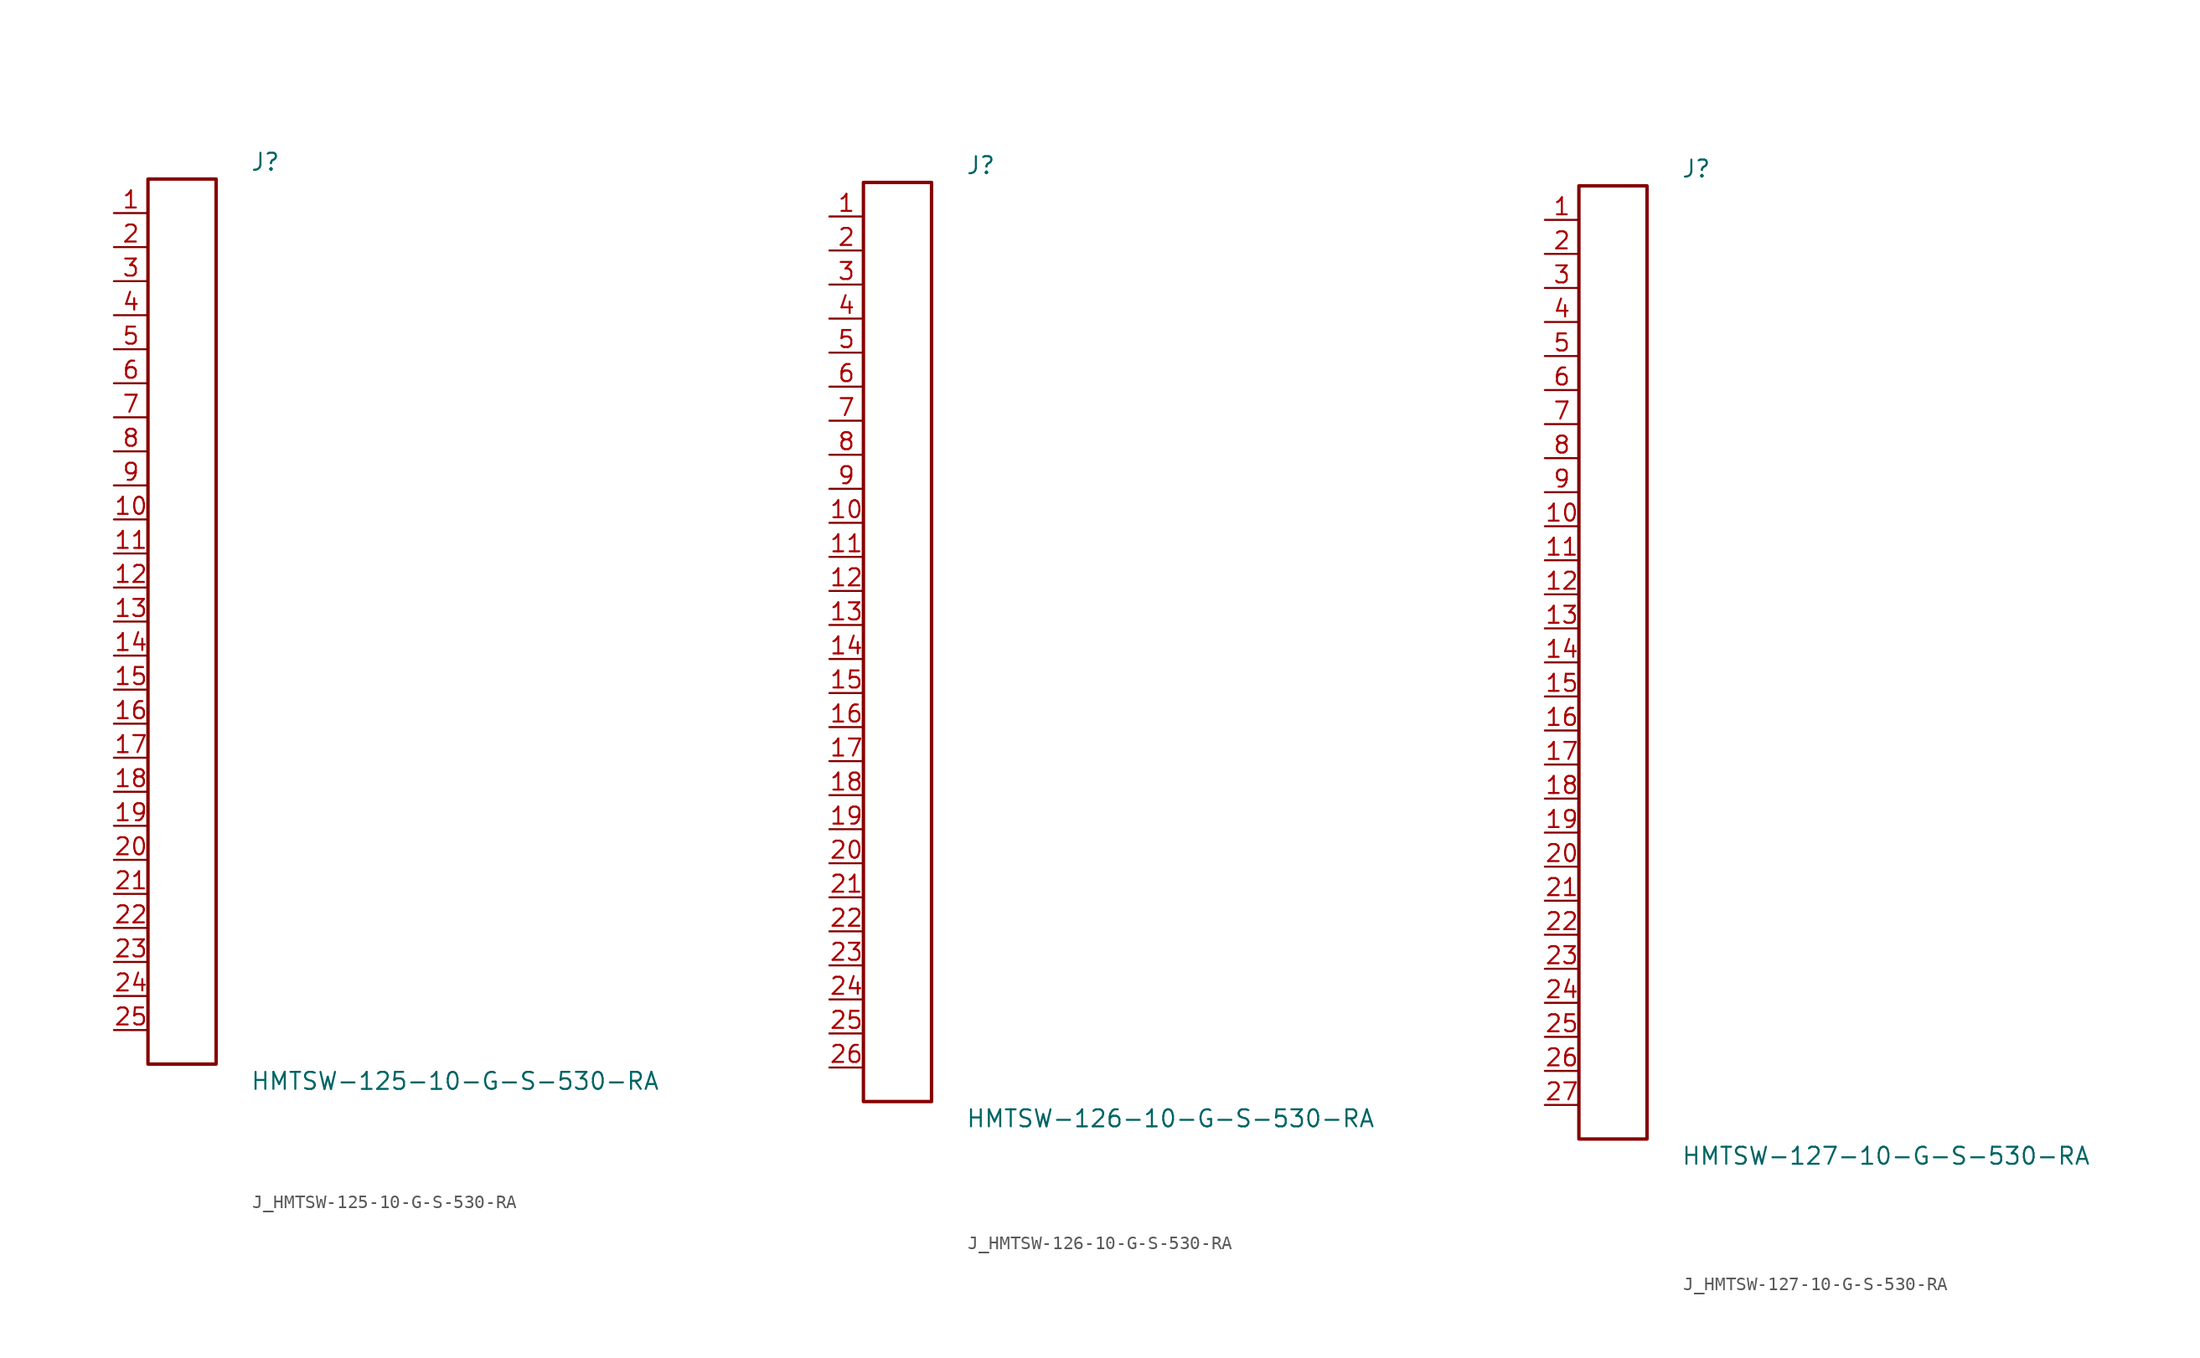
<source format=kicad_sym>
(kicad_symbol_lib
  (version 20231120)
  (generator kicad_symbol_editor)
  (generator_version 8.0)
  (symbol "J_HMTSW-125-10-G-S-530-RA"
    (pin_names
      (offset 0.254))
    (property "Reference" "J"
      (at 5.08 34.29 0)
      (effects (font (size 1.27 1.27)) (justify left)))
    (property "Value" "HMTSW-125-10-G-S-530-RA"
      (at 5.08 -34.29 0)
      (effects (font (size 1.27 1.27)) (justify left)))
    (symbol "J_HMTSW-125-10-G-S-530-RA_0_0"
      (pin unspecified line (at -5.08 30.48 0) (length 2.54) (name "" (effects (font (size 1.27 1.27)))) (number "1" (effects (font (size 1.27 1.27)))))
      (pin unspecified line (at -5.08 27.94 0) (length 2.54) (name "" (effects (font (size 1.27 1.27)))) (number "2" (effects (font (size 1.27 1.27)))))
      (pin unspecified line (at -5.08 25.4 0) (length 2.54) (name "" (effects (font (size 1.27 1.27)))) (number "3" (effects (font (size 1.27 1.27)))))
      (pin unspecified line (at -5.08 22.86 0) (length 2.54) (name "" (effects (font (size 1.27 1.27)))) (number "4" (effects (font (size 1.27 1.27)))))
      (pin unspecified line (at -5.08 20.32 0) (length 2.54) (name "" (effects (font (size 1.27 1.27)))) (number "5" (effects (font (size 1.27 1.27)))))
      (pin unspecified line (at -5.08 17.78 0) (length 2.54) (name "" (effects (font (size 1.27 1.27)))) (number "6" (effects (font (size 1.27 1.27)))))
      (pin unspecified line (at -5.08 15.24 0) (length 2.54) (name "" (effects (font (size 1.27 1.27)))) (number "7" (effects (font (size 1.27 1.27)))))
      (pin unspecified line (at -5.08 12.7 0) (length 2.54) (name "" (effects (font (size 1.27 1.27)))) (number "8" (effects (font (size 1.27 1.27)))))
      (pin unspecified line (at -5.08 10.16 0) (length 2.54) (name "" (effects (font (size 1.27 1.27)))) (number "9" (effects (font (size 1.27 1.27)))))
      (pin unspecified line (at -5.08 7.62 0) (length 2.54) (name "" (effects (font (size 1.27 1.27)))) (number "10" (effects (font (size 1.27 1.27)))))
      (pin unspecified line (at -5.08 5.08 0) (length 2.54) (name "" (effects (font (size 1.27 1.27)))) (number "11" (effects (font (size 1.27 1.27)))))
      (pin unspecified line (at -5.08 2.54 0) (length 2.54) (name "" (effects (font (size 1.27 1.27)))) (number "12" (effects (font (size 1.27 1.27)))))
      (pin unspecified line (at -5.08 0.0 0) (length 2.54) (name "" (effects (font (size 1.27 1.27)))) (number "13" (effects (font (size 1.27 1.27)))))
      (pin unspecified line (at -5.08 -2.54 0) (length 2.54) (name "" (effects (font (size 1.27 1.27)))) (number "14" (effects (font (size 1.27 1.27)))))
      (pin unspecified line (at -5.08 -5.08 0) (length 2.54) (name "" (effects (font (size 1.27 1.27)))) (number "15" (effects (font (size 1.27 1.27)))))
      (pin unspecified line (at -5.08 -7.62 0) (length 2.54) (name "" (effects (font (size 1.27 1.27)))) (number "16" (effects (font (size 1.27 1.27)))))
      (pin unspecified line (at -5.08 -10.16 0) (length 2.54) (name "" (effects (font (size 1.27 1.27)))) (number "17" (effects (font (size 1.27 1.27)))))
      (pin unspecified line (at -5.08 -12.7 0) (length 2.54) (name "" (effects (font (size 1.27 1.27)))) (number "18" (effects (font (size 1.27 1.27)))))
      (pin unspecified line (at -5.08 -15.24 0) (length 2.54) (name "" (effects (font (size 1.27 1.27)))) (number "19" (effects (font (size 1.27 1.27)))))
      (pin unspecified line (at -5.08 -17.78 0) (length 2.54) (name "" (effects (font (size 1.27 1.27)))) (number "20" (effects (font (size 1.27 1.27)))))
      (pin unspecified line (at -5.08 -20.32 0) (length 2.54) (name "" (effects (font (size 1.27 1.27)))) (number "21" (effects (font (size 1.27 1.27)))))
      (pin unspecified line (at -5.08 -22.86 0) (length 2.54) (name "" (effects (font (size 1.27 1.27)))) (number "22" (effects (font (size 1.27 1.27)))))
      (pin unspecified line (at -5.08 -25.4 0) (length 2.54) (name "" (effects (font (size 1.27 1.27)))) (number "23" (effects (font (size 1.27 1.27)))))
      (pin unspecified line (at -5.08 -27.94 0) (length 2.54) (name "" (effects (font (size 1.27 1.27)))) (number "24" (effects (font (size 1.27 1.27)))))
      (pin unspecified line (at -5.08 -30.48 0) (length 2.54) (name "" (effects (font (size 1.27 1.27)))) (number "25" (effects (font (size 1.27 1.27))))))
    (symbol "J_HMTSW-125-10-G-S-530-RA_1_0"
      (rectangle (start -2.54 33.02) (end 2.54 -33.02) (stroke (width 0.254) (type solid)) (fill (type none)))))
  (symbol "J_HMTSW-126-10-G-S-530-RA"
    (pin_names
      (offset 0.254))
    (property "Reference" "J"
      (at 5.08 35.56 0)
      (effects (font (size 1.27 1.27)) (justify left)))
    (property "Value" "HMTSW-126-10-G-S-530-RA"
      (at 5.08 -35.56 0)
      (effects (font (size 1.27 1.27)) (justify left)))
    (symbol "J_HMTSW-126-10-G-S-530-RA_0_0"
      (pin unspecified line (at -5.08 31.75 0) (length 2.54) (name "" (effects (font (size 1.27 1.27)))) (number "1" (effects (font (size 1.27 1.27)))))
      (pin unspecified line (at -5.08 29.21 0) (length 2.54) (name "" (effects (font (size 1.27 1.27)))) (number "2" (effects (font (size 1.27 1.27)))))
      (pin unspecified line (at -5.08 26.67 0) (length 2.54) (name "" (effects (font (size 1.27 1.27)))) (number "3" (effects (font (size 1.27 1.27)))))
      (pin unspecified line (at -5.08 24.13 0) (length 2.54) (name "" (effects (font (size 1.27 1.27)))) (number "4" (effects (font (size 1.27 1.27)))))
      (pin unspecified line (at -5.08 21.59 0) (length 2.54) (name "" (effects (font (size 1.27 1.27)))) (number "5" (effects (font (size 1.27 1.27)))))
      (pin unspecified line (at -5.08 19.05 0) (length 2.54) (name "" (effects (font (size 1.27 1.27)))) (number "6" (effects (font (size 1.27 1.27)))))
      (pin unspecified line (at -5.08 16.51 0) (length 2.54) (name "" (effects (font (size 1.27 1.27)))) (number "7" (effects (font (size 1.27 1.27)))))
      (pin unspecified line (at -5.08 13.97 0) (length 2.54) (name "" (effects (font (size 1.27 1.27)))) (number "8" (effects (font (size 1.27 1.27)))))
      (pin unspecified line (at -5.08 11.43 0) (length 2.54) (name "" (effects (font (size 1.27 1.27)))) (number "9" (effects (font (size 1.27 1.27)))))
      (pin unspecified line (at -5.08 8.89 0) (length 2.54) (name "" (effects (font (size 1.27 1.27)))) (number "10" (effects (font (size 1.27 1.27)))))
      (pin unspecified line (at -5.08 6.35 0) (length 2.54) (name "" (effects (font (size 1.27 1.27)))) (number "11" (effects (font (size 1.27 1.27)))))
      (pin unspecified line (at -5.08 3.81 0) (length 2.54) (name "" (effects (font (size 1.27 1.27)))) (number "12" (effects (font (size 1.27 1.27)))))
      (pin unspecified line (at -5.08 1.27 0) (length 2.54) (name "" (effects (font (size 1.27 1.27)))) (number "13" (effects (font (size 1.27 1.27)))))
      (pin unspecified line (at -5.08 -1.27 0) (length 2.54) (name "" (effects (font (size 1.27 1.27)))) (number "14" (effects (font (size 1.27 1.27)))))
      (pin unspecified line (at -5.08 -3.81 0) (length 2.54) (name "" (effects (font (size 1.27 1.27)))) (number "15" (effects (font (size 1.27 1.27)))))
      (pin unspecified line (at -5.08 -6.35 0) (length 2.54) (name "" (effects (font (size 1.27 1.27)))) (number "16" (effects (font (size 1.27 1.27)))))
      (pin unspecified line (at -5.08 -8.89 0) (length 2.54) (name "" (effects (font (size 1.27 1.27)))) (number "17" (effects (font (size 1.27 1.27)))))
      (pin unspecified line (at -5.08 -11.43 0) (length 2.54) (name "" (effects (font (size 1.27 1.27)))) (number "18" (effects (font (size 1.27 1.27)))))
      (pin unspecified line (at -5.08 -13.97 0) (length 2.54) (name "" (effects (font (size 1.27 1.27)))) (number "19" (effects (font (size 1.27 1.27)))))
      (pin unspecified line (at -5.08 -16.51 0) (length 2.54) (name "" (effects (font (size 1.27 1.27)))) (number "20" (effects (font (size 1.27 1.27)))))
      (pin unspecified line (at -5.08 -19.05 0) (length 2.54) (name "" (effects (font (size 1.27 1.27)))) (number "21" (effects (font (size 1.27 1.27)))))
      (pin unspecified line (at -5.08 -21.59 0) (length 2.54) (name "" (effects (font (size 1.27 1.27)))) (number "22" (effects (font (size 1.27 1.27)))))
      (pin unspecified line (at -5.08 -24.13 0) (length 2.54) (name "" (effects (font (size 1.27 1.27)))) (number "23" (effects (font (size 1.27 1.27)))))
      (pin unspecified line (at -5.08 -26.67 0) (length 2.54) (name "" (effects (font (size 1.27 1.27)))) (number "24" (effects (font (size 1.27 1.27)))))
      (pin unspecified line (at -5.08 -29.21 0) (length 2.54) (name "" (effects (font (size 1.27 1.27)))) (number "25" (effects (font (size 1.27 1.27)))))
      (pin unspecified line (at -5.08 -31.75 0) (length 2.54) (name "" (effects (font (size 1.27 1.27)))) (number "26" (effects (font (size 1.27 1.27))))))
    (symbol "J_HMTSW-126-10-G-S-530-RA_1_0"
      (rectangle (start -2.54 34.29) (end 2.54 -34.29) (stroke (width 0.254) (type solid)) (fill (type none)))))
  (symbol "J_HMTSW-127-10-G-S-530-RA"
    (pin_names
      (offset 0.254))
    (property "Reference" "J"
      (at 5.08 36.83 0)
      (effects (font (size 1.27 1.27)) (justify left)))
    (property "Value" "HMTSW-127-10-G-S-530-RA"
      (at 5.08 -36.83 0)
      (effects (font (size 1.27 1.27)) (justify left)))
    (symbol "J_HMTSW-127-10-G-S-530-RA_0_0"
      (pin unspecified line (at -5.08 33.02 0) (length 2.54) (name "" (effects (font (size 1.27 1.27)))) (number "1" (effects (font (size 1.27 1.27)))))
      (pin unspecified line (at -5.08 30.48 0) (length 2.54) (name "" (effects (font (size 1.27 1.27)))) (number "2" (effects (font (size 1.27 1.27)))))
      (pin unspecified line (at -5.08 27.94 0) (length 2.54) (name "" (effects (font (size 1.27 1.27)))) (number "3" (effects (font (size 1.27 1.27)))))
      (pin unspecified line (at -5.08 25.4 0) (length 2.54) (name "" (effects (font (size 1.27 1.27)))) (number "4" (effects (font (size 1.27 1.27)))))
      (pin unspecified line (at -5.08 22.86 0) (length 2.54) (name "" (effects (font (size 1.27 1.27)))) (number "5" (effects (font (size 1.27 1.27)))))
      (pin unspecified line (at -5.08 20.32 0) (length 2.54) (name "" (effects (font (size 1.27 1.27)))) (number "6" (effects (font (size 1.27 1.27)))))
      (pin unspecified line (at -5.08 17.78 0) (length 2.54) (name "" (effects (font (size 1.27 1.27)))) (number "7" (effects (font (size 1.27 1.27)))))
      (pin unspecified line (at -5.08 15.24 0) (length 2.54) (name "" (effects (font (size 1.27 1.27)))) (number "8" (effects (font (size 1.27 1.27)))))
      (pin unspecified line (at -5.08 12.7 0) (length 2.54) (name "" (effects (font (size 1.27 1.27)))) (number "9" (effects (font (size 1.27 1.27)))))
      (pin unspecified line (at -5.08 10.16 0) (length 2.54) (name "" (effects (font (size 1.27 1.27)))) (number "10" (effects (font (size 1.27 1.27)))))
      (pin unspecified line (at -5.08 7.62 0) (length 2.54) (name "" (effects (font (size 1.27 1.27)))) (number "11" (effects (font (size 1.27 1.27)))))
      (pin unspecified line (at -5.08 5.08 0) (length 2.54) (name "" (effects (font (size 1.27 1.27)))) (number "12" (effects (font (size 1.27 1.27)))))
      (pin unspecified line (at -5.08 2.54 0) (length 2.54) (name "" (effects (font (size 1.27 1.27)))) (number "13" (effects (font (size 1.27 1.27)))))
      (pin unspecified line (at -5.08 0.0 0) (length 2.54) (name "" (effects (font (size 1.27 1.27)))) (number "14" (effects (font (size 1.27 1.27)))))
      (pin unspecified line (at -5.08 -2.54 0) (length 2.54) (name "" (effects (font (size 1.27 1.27)))) (number "15" (effects (font (size 1.27 1.27)))))
      (pin unspecified line (at -5.08 -5.08 0) (length 2.54) (name "" (effects (font (size 1.27 1.27)))) (number "16" (effects (font (size 1.27 1.27)))))
      (pin unspecified line (at -5.08 -7.62 0) (length 2.54) (name "" (effects (font (size 1.27 1.27)))) (number "17" (effects (font (size 1.27 1.27)))))
      (pin unspecified line (at -5.08 -10.16 0) (length 2.54) (name "" (effects (font (size 1.27 1.27)))) (number "18" (effects (font (size 1.27 1.27)))))
      (pin unspecified line (at -5.08 -12.7 0) (length 2.54) (name "" (effects (font (size 1.27 1.27)))) (number "19" (effects (font (size 1.27 1.27)))))
      (pin unspecified line (at -5.08 -15.24 0) (length 2.54) (name "" (effects (font (size 1.27 1.27)))) (number "20" (effects (font (size 1.27 1.27)))))
      (pin unspecified line (at -5.08 -17.78 0) (length 2.54) (name "" (effects (font (size 1.27 1.27)))) (number "21" (effects (font (size 1.27 1.27)))))
      (pin unspecified line (at -5.08 -20.32 0) (length 2.54) (name "" (effects (font (size 1.27 1.27)))) (number "22" (effects (font (size 1.27 1.27)))))
      (pin unspecified line (at -5.08 -22.86 0) (length 2.54) (name "" (effects (font (size 1.27 1.27)))) (number "23" (effects (font (size 1.27 1.27)))))
      (pin unspecified line (at -5.08 -25.4 0) (length 2.54) (name "" (effects (font (size 1.27 1.27)))) (number "24" (effects (font (size 1.27 1.27)))))
      (pin unspecified line (at -5.08 -27.94 0) (length 2.54) (name "" (effects (font (size 1.27 1.27)))) (number "25" (effects (font (size 1.27 1.27)))))
      (pin unspecified line (at -5.08 -30.48 0) (length 2.54) (name "" (effects (font (size 1.27 1.27)))) (number "26" (effects (font (size 1.27 1.27)))))
      (pin unspecified line (at -5.08 -33.02 0) (length 2.54) (name "" (effects (font (size 1.27 1.27)))) (number "27" (effects (font (size 1.27 1.27))))))
    (symbol "J_HMTSW-127-10-G-S-530-RA_1_0"
      (rectangle (start -2.54 35.56) (end 2.54 -35.56) (stroke (width 0.254) (type solid)) (fill (type none))))))
</source>
